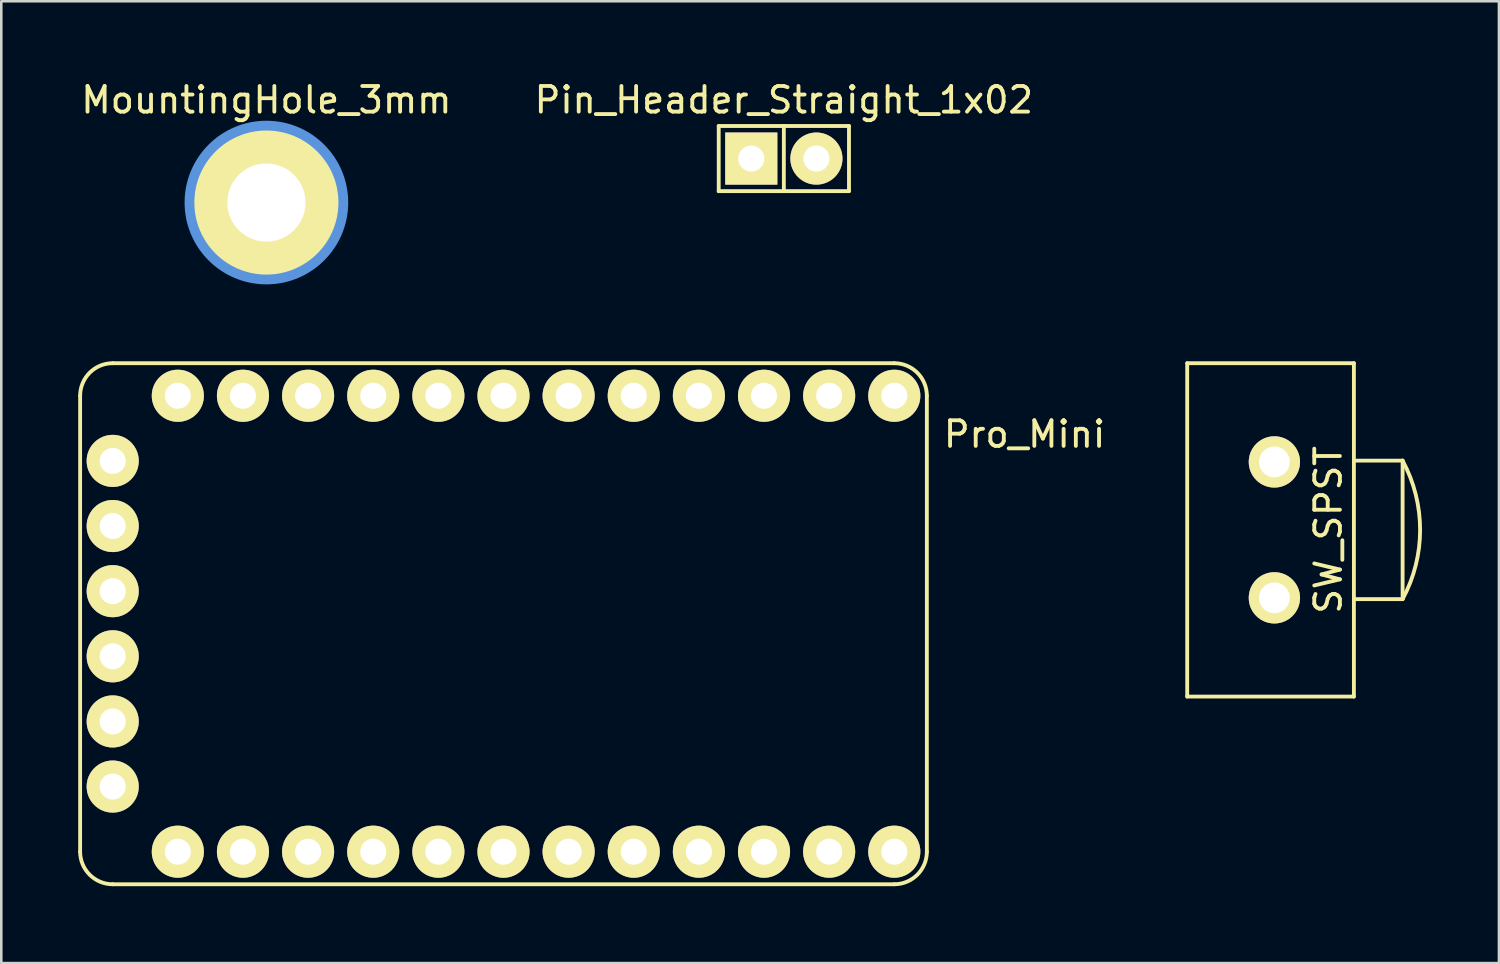
<source format=kicad_pcb>
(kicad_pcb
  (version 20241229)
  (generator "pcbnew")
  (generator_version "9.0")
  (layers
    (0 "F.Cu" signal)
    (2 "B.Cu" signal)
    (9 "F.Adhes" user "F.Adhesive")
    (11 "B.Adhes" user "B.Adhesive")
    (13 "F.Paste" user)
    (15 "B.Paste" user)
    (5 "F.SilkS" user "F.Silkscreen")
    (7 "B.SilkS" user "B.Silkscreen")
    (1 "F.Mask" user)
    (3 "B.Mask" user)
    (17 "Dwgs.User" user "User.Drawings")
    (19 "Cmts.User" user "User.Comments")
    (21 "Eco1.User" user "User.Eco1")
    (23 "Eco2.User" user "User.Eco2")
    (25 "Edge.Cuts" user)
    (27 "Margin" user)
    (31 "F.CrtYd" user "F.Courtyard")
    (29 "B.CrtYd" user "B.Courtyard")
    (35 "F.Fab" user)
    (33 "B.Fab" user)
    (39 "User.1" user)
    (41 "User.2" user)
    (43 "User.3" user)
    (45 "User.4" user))
  (footprint "Pin_Header_Straight_1x02"
    (layer "F.Cu")
    (at 27.518 3.134)
    (property "Reference" "Pin_Header_Straight_1x02" (at 0 -2.286 0) (layer "F.SilkS") (effects (font (size 1 1) (thickness 0.15))))
    (attr through_hole)
    (fp_line (start -2.54 -1.27) (end -2.54 1.27) (stroke (width 0.15) (type solid)) (layer "F.SilkS"))
    (fp_line (start -2.54 1.27) (end 0 1.27) (stroke (width 0.15) (type solid)) (layer "F.SilkS"))
    (fp_line (start 0 -1.27) (end 0 1.27) (stroke (width 0.15) (type solid)) (layer "F.SilkS"))
    (fp_line (start 0 1.27) (end 2.54 1.27) (stroke (width 0.15) (type solid)) (layer "F.SilkS"))
    (fp_line (start 2.54 -1.27) (end -2.54 -1.27) (stroke (width 0.15) (type solid)) (layer "F.SilkS"))
    (fp_line (start 2.54 1.27) (end 2.54 -1.27) (stroke (width 0.15) (type solid)) (layer "F.SilkS"))
    (pad "1" thru_hole rect (at -1.27 0) (size 2.032 2.032) (drill 1.016) (layers "*.Cu" "*.Mask" "F.SilkS"))
    (pad "2" thru_hole oval (at 1.27 0) (size 2.032 2.032) (drill 1.016) (layers "*.Cu" "*.Mask" "F.SilkS")))
  (footprint "Pro_Mini"
    (layer "F.Cu")
    (at 31.825 12.384)
    (property "Reference" "Pro_Mini" (at 5.08 1.5 0) (layer "F.SilkS") (effects (font (size 1 1) (thickness 0.15))))
    (attr through_hole)
    (fp_line (start -31.75 0) (end -31.75 17.78) (stroke (width 0.15) (type solid)) (layer "F.SilkS"))
    (fp_line (start -30.48 19.05) (end 0 19.05) (stroke (width 0.15) (type solid)) (layer "F.SilkS"))
    (fp_line (start 0 -1.27) (end -30.48 -1.27) (stroke (width 0.15) (type solid)) (layer "F.SilkS"))
    (fp_line (start 1.27 17.78) (end 1.27 0) (stroke (width 0.15) (type solid)) (layer "F.SilkS"))
    (fp_arc (start -31.75 0) (mid -31.378026 -0.898026) (end -30.48 -1.27) (stroke (width 0.15) (type solid)) (layer "F.SilkS"))
    (fp_arc (start -30.48 19.05) (mid -31.378026 18.678026) (end -31.75 17.78) (stroke (width 0.15) (type solid)) (layer "F.SilkS"))
    (fp_arc (start 0 -1.27) (mid 0.898026 -0.898026) (end 1.27 0) (stroke (width 0.15) (type solid)) (layer "F.SilkS"))
    (fp_arc (start 1.27 17.78) (mid 0.898026 18.678026) (end 0 19.05) (stroke (width 0.15) (type solid)) (layer "F.SilkS"))
    (pad "1" thru_hole circle (at 0 0) (size 2.032 2.032) (drill 1.016) (layers "*.Cu" "*.Mask" "F.SilkS"))
    (pad "2" thru_hole circle (at -2.54 0) (size 2.032 2.032) (drill 1.016) (layers "*.Cu" "*.Mask" "F.SilkS"))
    (pad "3" thru_hole circle (at -5.08 0) (size 2.032 2.032) (drill 1.016) (layers "*.Cu" "*.Mask" "F.SilkS"))
    (pad "4" thru_hole circle (at -7.62 0) (size 2.032 2.032) (drill 1.016) (layers "*.Cu" "*.Mask" "F.SilkS"))
    (pad "5" thru_hole circle (at -10.16 0) (size 2.032 2.032) (drill 1.016) (layers "*.Cu" "*.Mask" "F.SilkS"))
    (pad "6" thru_hole circle (at -12.7 0) (size 2.032 2.032) (drill 1.016) (layers "*.Cu" "*.Mask" "F.SilkS"))
    (pad "7" thru_hole circle (at -15.24 0) (size 2.032 2.032) (drill 1.016) (layers "*.Cu" "*.Mask" "F.SilkS"))
    (pad "8" thru_hole circle (at -17.78 0) (size 2.032 2.032) (drill 1.016) (layers "*.Cu" "*.Mask" "F.SilkS"))
    (pad "9" thru_hole circle (at -20.32 0) (size 2.032 2.032) (drill 1.016) (layers "*.Cu" "*.Mask" "F.SilkS"))
    (pad "10" thru_hole circle (at -22.86 0) (size 2.032 2.032) (drill 1.016) (layers "*.Cu" "*.Mask" "F.SilkS"))
    (pad "11" thru_hole circle (at -25.4 0) (size 2.032 2.032) (drill 1.016) (layers "*.Cu" "*.Mask" "F.SilkS"))
    (pad "12" thru_hole circle (at -27.94 0) (size 2.032 2.032) (drill 1.016) (layers "*.Cu" "*.Mask" "F.SilkS"))
    (pad "13" thru_hole circle (at -30.48 2.54) (size 2.032 2.032) (drill 1.016) (layers "*.Cu" "*.Mask" "F.SilkS"))
    (pad "14" thru_hole circle (at -30.48 5.08) (size 2.032 2.032) (drill 1.016) (layers "*.Cu" "*.Mask" "F.SilkS"))
    (pad "15" thru_hole circle (at -30.48 7.62) (size 2.032 2.032) (drill 1.016) (layers "*.Cu" "*.Mask" "F.SilkS"))
    (pad "16" thru_hole circle (at -30.48 10.16) (size 2.032 2.032) (drill 1.016) (layers "*.Cu" "*.Mask" "F.SilkS"))
    (pad "17" thru_hole circle (at -30.48 12.7) (size 2.032 2.032) (drill 1.016) (layers "*.Cu" "*.Mask" "F.SilkS"))
    (pad "18" thru_hole circle (at -30.48 15.24) (size 2.032 2.032) (drill 1.016) (layers "*.Cu" "*.Mask" "F.SilkS"))
    (pad "19" thru_hole circle (at -27.94 17.78) (size 2.032 2.032) (drill 1.016) (layers "*.Cu" "*.Mask" "F.SilkS"))
    (pad "20" thru_hole circle (at -25.4 17.78) (size 2.032 2.032) (drill 1.016) (layers "*.Cu" "*.Mask" "F.SilkS"))
    (pad "21" thru_hole circle (at -22.86 17.78) (size 2.032 2.032) (drill 1.016) (layers "*.Cu" "*.Mask" "F.SilkS"))
    (pad "22" thru_hole circle (at -20.32 17.78) (size 2.032 2.032) (drill 1.016) (layers "*.Cu" "*.Mask" "F.SilkS"))
    (pad "23" thru_hole circle (at -17.78 17.78) (size 2.032 2.032) (drill 1.016) (layers "*.Cu" "*.Mask" "F.SilkS"))
    (pad "24" thru_hole circle (at -15.24 17.78) (size 2.032 2.032) (drill 1.016) (layers "*.Cu" "*.Mask" "F.SilkS"))
    (pad "25" thru_hole circle (at -12.7 17.78) (size 2.032 2.032) (drill 1.016) (layers "*.Cu" "*.Mask" "F.SilkS"))
    (pad "26" thru_hole circle (at -10.16 17.78) (size 2.032 2.032) (drill 1.016) (layers "*.Cu" "*.Mask" "F.SilkS"))
    (pad "27" thru_hole circle (at -7.62 17.78) (size 2.032 2.032) (drill 1.016) (layers "*.Cu" "*.Mask" "F.SilkS"))
    (pad "28" thru_hole circle (at -5.08 17.78) (size 2.032 2.032) (drill 1.016) (layers "*.Cu" "*.Mask" "F.SilkS"))
    (pad "29" thru_hole circle (at -2.54 17.78) (size 2.032 2.032) (drill 1.016) (layers "*.Cu" "*.Mask" "F.SilkS"))
    (pad "30" thru_hole circle (at 0 17.78) (size 2.032 2.032) (drill 1.016) (layers "*.Cu" "*.Mask" "F.SilkS")))
  (footprint "SW_SPST"
    (layer "F.Cu")
    (at 46.648 17.614)
    (property "Reference" "SW_SPST" (at 2.1 0 90) (layer "F.SilkS") (effects (font (size 1 1) (thickness 0.15))))
    (attr through_hole)
    (fp_line (start -3.4 -6.5) (end -3.4 6.5) (stroke (width 0.15) (type solid)) (layer "F.SilkS"))
    (fp_line (start -3.4 6.5) (end 3.1 6.5) (stroke (width 0.15) (type solid)) (layer "F.SilkS"))
    (fp_line (start 3.1 -6.5) (end -3.4 -6.5) (stroke (width 0.15) (type solid)) (layer "F.SilkS"))
    (fp_line (start 3.1 -2.7) (end 5 -2.7) (stroke (width 0.15) (type solid)) (layer "F.SilkS"))
    (fp_line (start 3.1 6.5) (end 3.1 -6.5) (stroke (width 0.15) (type solid)) (layer "F.SilkS"))
    (fp_line (start 5 -2.7) (end 5 2.7) (stroke (width 0.15) (type solid)) (layer "F.SilkS"))
    (fp_line (start 5 2.7) (end 3.1 2.7) (stroke (width 0.15) (type solid)) (layer "F.SilkS"))
    (fp_arc (start 5 -2.7) (mid 5.682429 0) (end 5 2.7) (stroke (width 0.15) (type solid)) (layer "F.SilkS"))
    (pad "1" thru_hole circle (at 0 2.65) (size 2 2) (drill 1.2) (layers "*.Cu" "*.Mask" "F.SilkS"))
    (pad "3" thru_hole circle (at 0 -2.65) (size 2 2) (drill 1.2) (layers "*.Cu" "*.Mask" "F.SilkS")))
  (footprint "MountingHole_3mm"
    (layer "F.Cu")
    (at 7.339 4.849)
    (property "Reference" "MountingHole_3mm" (at 0 -4 0) (layer "F.SilkS") (effects (font (size 1 1) (thickness 0.15))))
    (attr through_hole)
    (fp_circle (center 0 0) (end 3 0) (stroke (width 0.381) (type solid)) (fill no) (layer "Cmts.User"))
    (pad "1" thru_hole circle (at 0 0) (size 6.096 6.096) (drill 3.048) (layers "*.Cu" "*.Mask" "F.SilkS")))
  (gr_rect
    (start -3 -3)
    (end 55.405 34.509)
    (stroke (width 0.1) (type default))
    (fill no)
    (layer "Edge.Cuts")))
</source>
